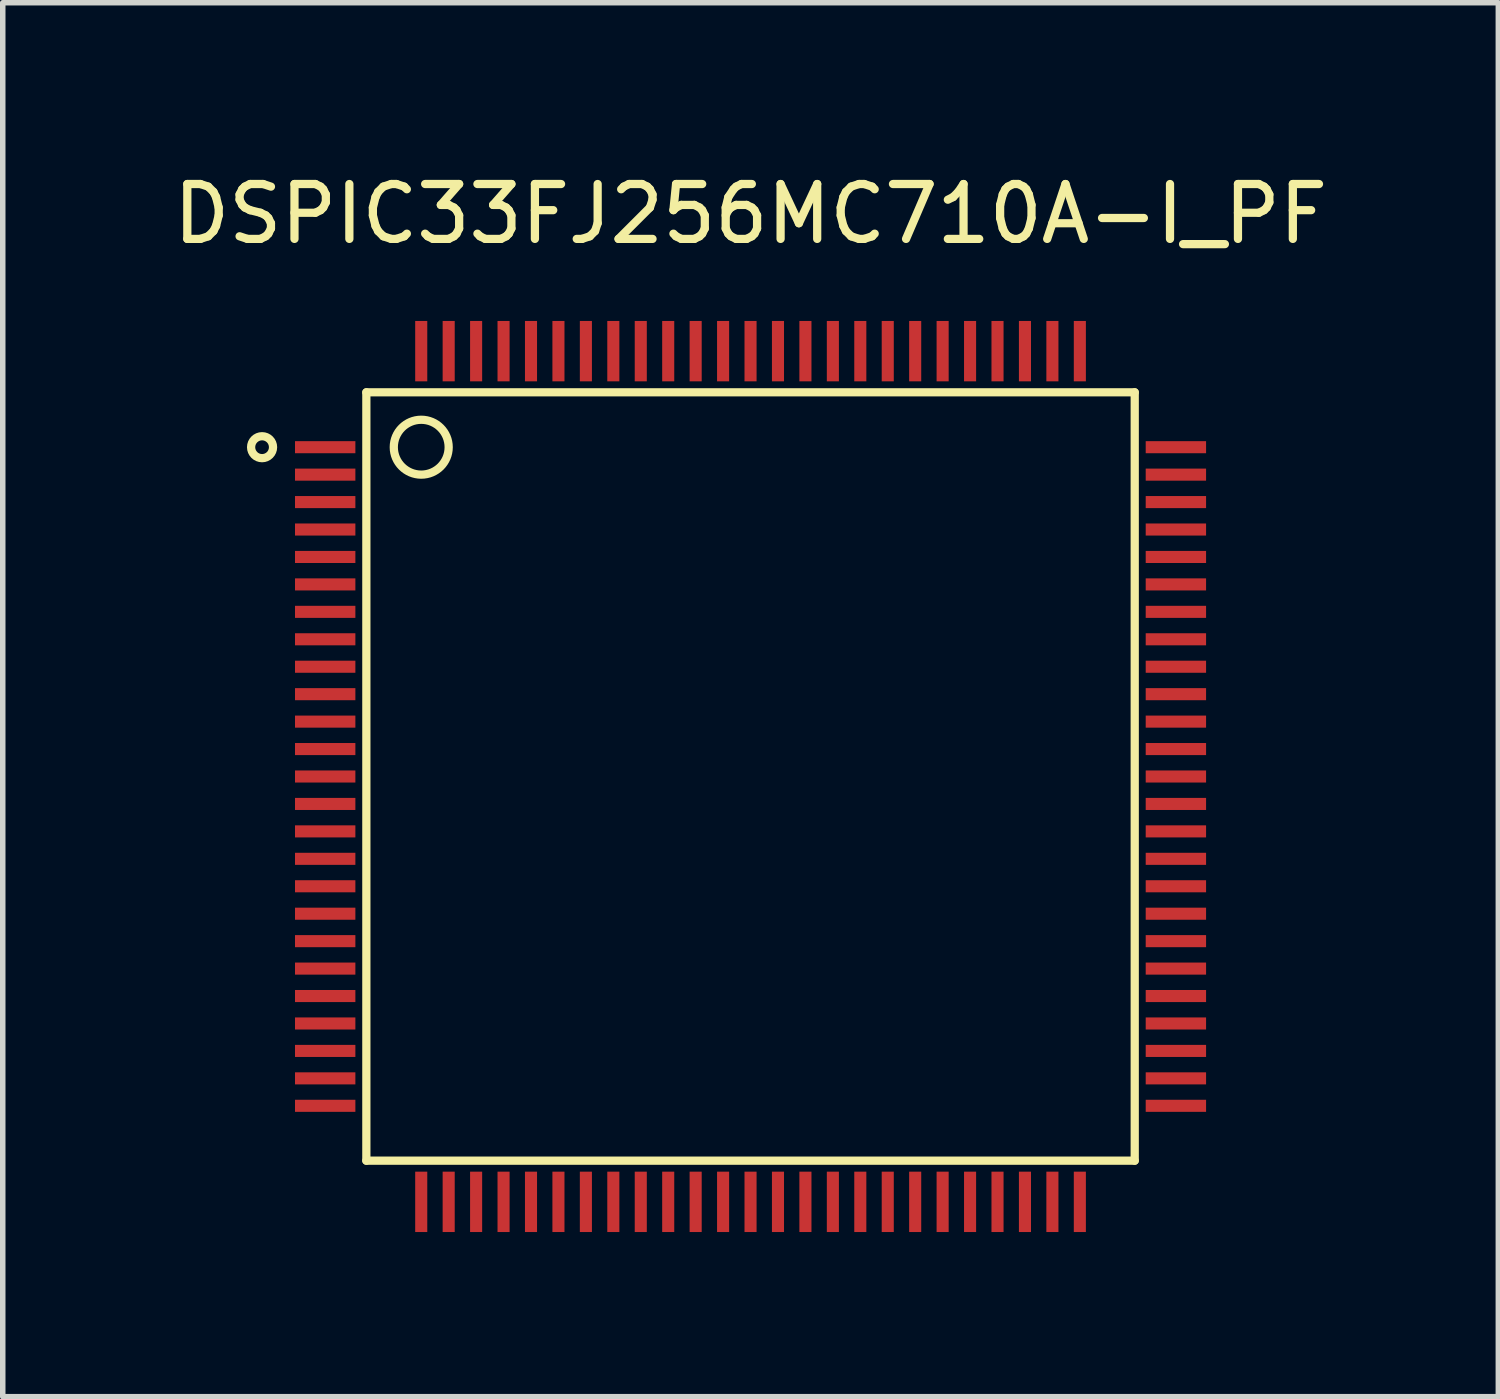
<source format=kicad_pcb>
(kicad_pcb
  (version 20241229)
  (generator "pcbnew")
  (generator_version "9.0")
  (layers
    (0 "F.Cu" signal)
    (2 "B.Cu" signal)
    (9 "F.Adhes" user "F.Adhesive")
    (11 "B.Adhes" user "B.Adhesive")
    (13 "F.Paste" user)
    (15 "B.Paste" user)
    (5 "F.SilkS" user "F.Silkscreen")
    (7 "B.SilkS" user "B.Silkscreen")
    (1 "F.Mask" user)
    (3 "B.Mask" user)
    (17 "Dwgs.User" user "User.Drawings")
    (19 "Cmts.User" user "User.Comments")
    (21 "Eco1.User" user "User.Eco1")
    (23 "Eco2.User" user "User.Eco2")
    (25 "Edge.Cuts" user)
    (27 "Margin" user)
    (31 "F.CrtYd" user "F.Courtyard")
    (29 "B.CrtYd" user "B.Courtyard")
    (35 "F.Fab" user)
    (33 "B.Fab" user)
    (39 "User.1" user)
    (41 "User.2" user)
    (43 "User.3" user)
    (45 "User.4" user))
  (footprint "DSPIC33FJ256MC710A-I_PF"
    (layer "F.Cu")
    (at 2.875 3.348)
    (property "Reference" "DSPIC33FJ256MC710A-I_PF" (at 7.75 -2.5 0) (layer "F.SilkS") (effects (font (size 1 1) (thickness 0.15))))
    (attr through_hole)
    (fp_line (start 0.75 0.75) (end 0.75 14.75) (stroke (width 0.15) (type solid)) (layer "F.SilkS"))
    (fp_line (start 0.75 0.75) (end 14.75 0.75) (stroke (width 0.15) (type solid)) (layer "F.SilkS"))
    (fp_line (start 0.75 14.75) (end 14.75 14.75) (stroke (width 0.15) (type solid)) (layer "F.SilkS"))
    (fp_line (start 14.75 14.75) (end 14.75 0.75) (stroke (width 0.15) (type solid)) (layer "F.SilkS"))
    (fp_circle (center -1.15 1.75) (end -1.15 1.55) (stroke (width 0.15) (type solid)) (fill no) (layer "F.SilkS"))
    (fp_circle (center 1.75 1.75) (end 1.75 1.25) (stroke (width 0.15) (type solid)) (fill no) (layer "F.SilkS"))
    (pad "1" smd rect (at 0 1.75) (size 1.1 0.22) (layers "F.Cu" "F.Mask" "F.Paste"))
    (pad "2" smd rect (at 0 2.25) (size 1.1 0.22) (layers "F.Cu" "F.Mask" "F.Paste"))
    (pad "3" smd rect (at 0 2.75) (size 1.1 0.22) (layers "F.Cu" "F.Mask" "F.Paste"))
    (pad "4" smd rect (at 0 3.25) (size 1.1 0.22) (layers "F.Cu" "F.Mask" "F.Paste"))
    (pad "5" smd rect (at 0 3.75) (size 1.1 0.22) (layers "F.Cu" "F.Mask" "F.Paste"))
    (pad "6" smd rect (at 0 4.25) (size 1.1 0.22) (layers "F.Cu" "F.Mask" "F.Paste"))
    (pad "7" smd rect (at 0 4.75) (size 1.1 0.22) (layers "F.Cu" "F.Mask" "F.Paste"))
    (pad "8" smd rect (at 0 5.25) (size 1.1 0.22) (layers "F.Cu" "F.Mask" "F.Paste"))
    (pad "9" smd rect (at 0 5.75) (size 1.1 0.22) (layers "F.Cu" "F.Mask" "F.Paste"))
    (pad "10" smd rect (at 0 6.25) (size 1.1 0.22) (layers "F.Cu" "F.Mask" "F.Paste"))
    (pad "11" smd rect (at 0 6.75) (size 1.1 0.22) (layers "F.Cu" "F.Mask" "F.Paste"))
    (pad "12" smd rect (at 0 7.25) (size 1.1 0.22) (layers "F.Cu" "F.Mask" "F.Paste"))
    (pad "13" smd rect (at 0 7.75) (size 1.1 0.22) (layers "F.Cu" "F.Mask" "F.Paste"))
    (pad "14" smd rect (at 0 8.25) (size 1.1 0.22) (layers "F.Cu" "F.Mask" "F.Paste"))
    (pad "15" smd rect (at 0 8.75) (size 1.1 0.22) (layers "F.Cu" "F.Mask" "F.Paste"))
    (pad "16" smd rect (at 0 9.25) (size 1.1 0.22) (layers "F.Cu" "F.Mask" "F.Paste"))
    (pad "17" smd rect (at 0 9.75) (size 1.1 0.22) (layers "F.Cu" "F.Mask" "F.Paste"))
    (pad "18" smd rect (at 0 10.25) (size 1.1 0.22) (layers "F.Cu" "F.Mask" "F.Paste"))
    (pad "19" smd rect (at 0 10.75) (size 1.1 0.22) (layers "F.Cu" "F.Mask" "F.Paste"))
    (pad "20" smd rect (at 0 11.25) (size 1.1 0.22) (layers "F.Cu" "F.Mask" "F.Paste"))
    (pad "21" smd rect (at 0 11.75) (size 1.1 0.22) (layers "F.Cu" "F.Mask" "F.Paste"))
    (pad "22" smd rect (at 0 12.25) (size 1.1 0.22) (layers "F.Cu" "F.Mask" "F.Paste"))
    (pad "23" smd rect (at 0 12.75) (size 1.1 0.22) (layers "F.Cu" "F.Mask" "F.Paste"))
    (pad "24" smd rect (at 0 13.25) (size 1.1 0.22) (layers "F.Cu" "F.Mask" "F.Paste"))
    (pad "25" smd rect (at 0 13.75) (size 1.1 0.22) (layers "F.Cu" "F.Mask" "F.Paste"))
    (pad "26" smd rect (at 1.75 15.5) (size 0.22 1.1) (layers "F.Cu" "F.Mask" "F.Paste"))
    (pad "27" smd rect (at 2.25 15.5) (size 0.22 1.1) (layers "F.Cu" "F.Mask" "F.Paste"))
    (pad "28" smd rect (at 2.75 15.5) (size 0.22 1.1) (layers "F.Cu" "F.Mask" "F.Paste"))
    (pad "29" smd rect (at 3.25 15.5) (size 0.22 1.1) (layers "F.Cu" "F.Mask" "F.Paste"))
    (pad "30" smd rect (at 3.75 15.5) (size 0.22 1.1) (layers "F.Cu" "F.Mask" "F.Paste"))
    (pad "31" smd rect (at 4.25 15.5) (size 0.22 1.1) (layers "F.Cu" "F.Mask" "F.Paste"))
    (pad "32" smd rect (at 4.75 15.5) (size 0.22 1.1) (layers "F.Cu" "F.Mask" "F.Paste"))
    (pad "33" smd rect (at 5.25 15.5) (size 0.22 1.1) (layers "F.Cu" "F.Mask" "F.Paste"))
    (pad "34" smd rect (at 5.75 15.5) (size 0.22 1.1) (layers "F.Cu" "F.Mask" "F.Paste"))
    (pad "35" smd rect (at 6.25 15.5) (size 0.22 1.1) (layers "F.Cu" "F.Mask" "F.Paste"))
    (pad "36" smd rect (at 6.75 15.5) (size 0.22 1.1) (layers "F.Cu" "F.Mask" "F.Paste"))
    (pad "37" smd rect (at 7.25 15.5) (size 0.22 1.1) (layers "F.Cu" "F.Mask" "F.Paste"))
    (pad "38" smd rect (at 7.75 15.5) (size 0.22 1.1) (layers "F.Cu" "F.Mask" "F.Paste"))
    (pad "39" smd rect (at 8.25 15.5) (size 0.22 1.1) (layers "F.Cu" "F.Mask" "F.Paste"))
    (pad "40" smd rect (at 8.75 15.5) (size 0.22 1.1) (layers "F.Cu" "F.Mask" "F.Paste"))
    (pad "41" smd rect (at 9.25 15.5) (size 0.22 1.1) (layers "F.Cu" "F.Mask" "F.Paste"))
    (pad "42" smd rect (at 9.75 15.5) (size 0.22 1.1) (layers "F.Cu" "F.Mask" "F.Paste"))
    (pad "43" smd rect (at 10.25 15.5) (size 0.22 1.1) (layers "F.Cu" "F.Mask" "F.Paste"))
    (pad "44" smd rect (at 10.75 15.5) (size 0.22 1.1) (layers "F.Cu" "F.Mask" "F.Paste"))
    (pad "45" smd rect (at 11.25 15.5) (size 0.22 1.1) (layers "F.Cu" "F.Mask" "F.Paste"))
    (pad "46" smd rect (at 11.75 15.5) (size 0.22 1.1) (layers "F.Cu" "F.Mask" "F.Paste"))
    (pad "47" smd rect (at 12.25 15.5) (size 0.22 1.1) (layers "F.Cu" "F.Mask" "F.Paste"))
    (pad "48" smd rect (at 12.75 15.5) (size 0.22 1.1) (layers "F.Cu" "F.Mask" "F.Paste"))
    (pad "49" smd rect (at 13.25 15.5) (size 0.22 1.1) (layers "F.Cu" "F.Mask" "F.Paste"))
    (pad "50" smd rect (at 13.75 15.5) (size 0.22 1.1) (layers "F.Cu" "F.Mask" "F.Paste"))
    (pad "51" smd rect (at 15.5 13.75) (size 1.1 0.22) (layers "F.Cu" "F.Mask" "F.Paste"))
    (pad "52" smd rect (at 15.5 13.25) (size 1.1 0.22) (layers "F.Cu" "F.Mask" "F.Paste"))
    (pad "53" smd rect (at 15.5 12.75) (size 1.1 0.22) (layers "F.Cu" "F.Mask" "F.Paste"))
    (pad "54" smd rect (at 15.5 12.25) (size 1.1 0.22) (layers "F.Cu" "F.Mask" "F.Paste"))
    (pad "55" smd rect (at 15.5 11.75) (size 1.1 0.22) (layers "F.Cu" "F.Mask" "F.Paste"))
    (pad "56" smd rect (at 15.5 11.25) (size 1.1 0.22) (layers "F.Cu" "F.Mask" "F.Paste"))
    (pad "57" smd rect (at 15.5 10.75) (size 1.1 0.22) (layers "F.Cu" "F.Mask" "F.Paste"))
    (pad "58" smd rect (at 15.5 10.25) (size 1.1 0.22) (layers "F.Cu" "F.Mask" "F.Paste"))
    (pad "59" smd rect (at 15.5 9.75) (size 1.1 0.22) (layers "F.Cu" "F.Mask" "F.Paste"))
    (pad "60" smd rect (at 15.5 9.25) (size 1.1 0.22) (layers "F.Cu" "F.Mask" "F.Paste"))
    (pad "61" smd rect (at 15.5 8.75) (size 1.1 0.22) (layers "F.Cu" "F.Mask" "F.Paste"))
    (pad "62" smd rect (at 15.5 8.25) (size 1.1 0.22) (layers "F.Cu" "F.Mask" "F.Paste"))
    (pad "63" smd rect (at 15.5 7.75) (size 1.1 0.22) (layers "F.Cu" "F.Mask" "F.Paste"))
    (pad "64" smd rect (at 15.5 7.25) (size 1.1 0.22) (layers "F.Cu" "F.Mask" "F.Paste"))
    (pad "65" smd rect (at 15.5 6.75) (size 1.1 0.22) (layers "F.Cu" "F.Mask" "F.Paste"))
    (pad "66" smd rect (at 15.5 6.25) (size 1.1 0.22) (layers "F.Cu" "F.Mask" "F.Paste"))
    (pad "67" smd rect (at 15.5 5.75) (size 1.1 0.22) (layers "F.Cu" "F.Mask" "F.Paste"))
    (pad "68" smd rect (at 15.5 5.25) (size 1.1 0.22) (layers "F.Cu" "F.Mask" "F.Paste"))
    (pad "69" smd rect (at 15.5 4.75) (size 1.1 0.22) (layers "F.Cu" "F.Mask" "F.Paste"))
    (pad "70" smd rect (at 15.5 4.25) (size 1.1 0.22) (layers "F.Cu" "F.Mask" "F.Paste"))
    (pad "71" smd rect (at 15.5 3.75) (size 1.1 0.22) (layers "F.Cu" "F.Mask" "F.Paste"))
    (pad "72" smd rect (at 15.5 3.25) (size 1.1 0.22) (layers "F.Cu" "F.Mask" "F.Paste"))
    (pad "73" smd rect (at 15.5 2.75) (size 1.1 0.22) (layers "F.Cu" "F.Mask" "F.Paste"))
    (pad "74" smd rect (at 15.5 2.25) (size 1.1 0.22) (layers "F.Cu" "F.Mask" "F.Paste"))
    (pad "75" smd rect (at 15.5 1.75) (size 1.1 0.22) (layers "F.Cu" "F.Mask" "F.Paste"))
    (pad "76" smd rect (at 13.75 0) (size 0.22 1.1) (layers "F.Cu" "F.Mask" "F.Paste"))
    (pad "77" smd rect (at 13.25 0) (size 0.22 1.1) (layers "F.Cu" "F.Mask" "F.Paste"))
    (pad "78" smd rect (at 12.75 0) (size 0.22 1.1) (layers "F.Cu" "F.Mask" "F.Paste"))
    (pad "79" smd rect (at 12.25 0) (size 0.22 1.1) (layers "F.Cu" "F.Mask" "F.Paste"))
    (pad "80" smd rect (at 11.75 0) (size 0.22 1.1) (layers "F.Cu" "F.Mask" "F.Paste"))
    (pad "81" smd rect (at 11.25 0) (size 0.22 1.1) (layers "F.Cu" "F.Mask" "F.Paste"))
    (pad "82" smd rect (at 10.75 0) (size 0.22 1.1) (layers "F.Cu" "F.Mask" "F.Paste"))
    (pad "83" smd rect (at 10.25 0) (size 0.22 1.1) (layers "F.Cu" "F.Mask" "F.Paste"))
    (pad "84" smd rect (at 9.75 0) (size 0.22 1.1) (layers "F.Cu" "F.Mask" "F.Paste"))
    (pad "85" smd rect (at 9.25 0) (size 0.22 1.1) (layers "F.Cu" "F.Mask" "F.Paste"))
    (pad "86" smd rect (at 8.75 0) (size 0.22 1.1) (layers "F.Cu" "F.Mask" "F.Paste"))
    (pad "87" smd rect (at 8.25 0) (size 0.22 1.1) (layers "F.Cu" "F.Mask" "F.Paste"))
    (pad "88" smd rect (at 7.75 0) (size 0.22 1.1) (layers "F.Cu" "F.Mask" "F.Paste"))
    (pad "89" smd rect (at 7.25 0) (size 0.22 1.1) (layers "F.Cu" "F.Mask" "F.Paste"))
    (pad "90" smd rect (at 6.75 0) (size 0.22 1.1) (layers "F.Cu" "F.Mask" "F.Paste"))
    (pad "91" smd rect (at 6.25 0) (size 0.22 1.1) (layers "F.Cu" "F.Mask" "F.Paste"))
    (pad "92" smd rect (at 5.75 0) (size 0.22 1.1) (layers "F.Cu" "F.Mask" "F.Paste"))
    (pad "93" smd rect (at 5.25 0) (size 0.22 1.1) (layers "F.Cu" "F.Mask" "F.Paste"))
    (pad "94" smd rect (at 4.75 0) (size 0.22 1.1) (layers "F.Cu" "F.Mask" "F.Paste"))
    (pad "95" smd rect (at 4.25 0) (size 0.22 1.1) (layers "F.Cu" "F.Mask" "F.Paste"))
    (pad "96" smd rect (at 3.75 0) (size 0.22 1.1) (layers "F.Cu" "F.Mask" "F.Paste"))
    (pad "97" smd rect (at 3.25 0) (size 0.22 1.1) (layers "F.Cu" "F.Mask" "F.Paste"))
    (pad "98" smd rect (at 2.75 0) (size 0.22 1.1) (layers "F.Cu" "F.Mask" "F.Paste"))
    (pad "99" smd rect (at 2.25 0) (size 0.22 1.1) (layers "F.Cu" "F.Mask" "F.Paste"))
    (pad "100" smd rect (at 1.75 0) (size 0.22 1.1) (layers "F.Cu" "F.Mask" "F.Paste")))
  (gr_rect
    (start -3 -3)
    (end 24.25 22.398)
    (stroke (width 0.1) (type default))
    (fill no)
    (layer "Edge.Cuts")))
</source>
